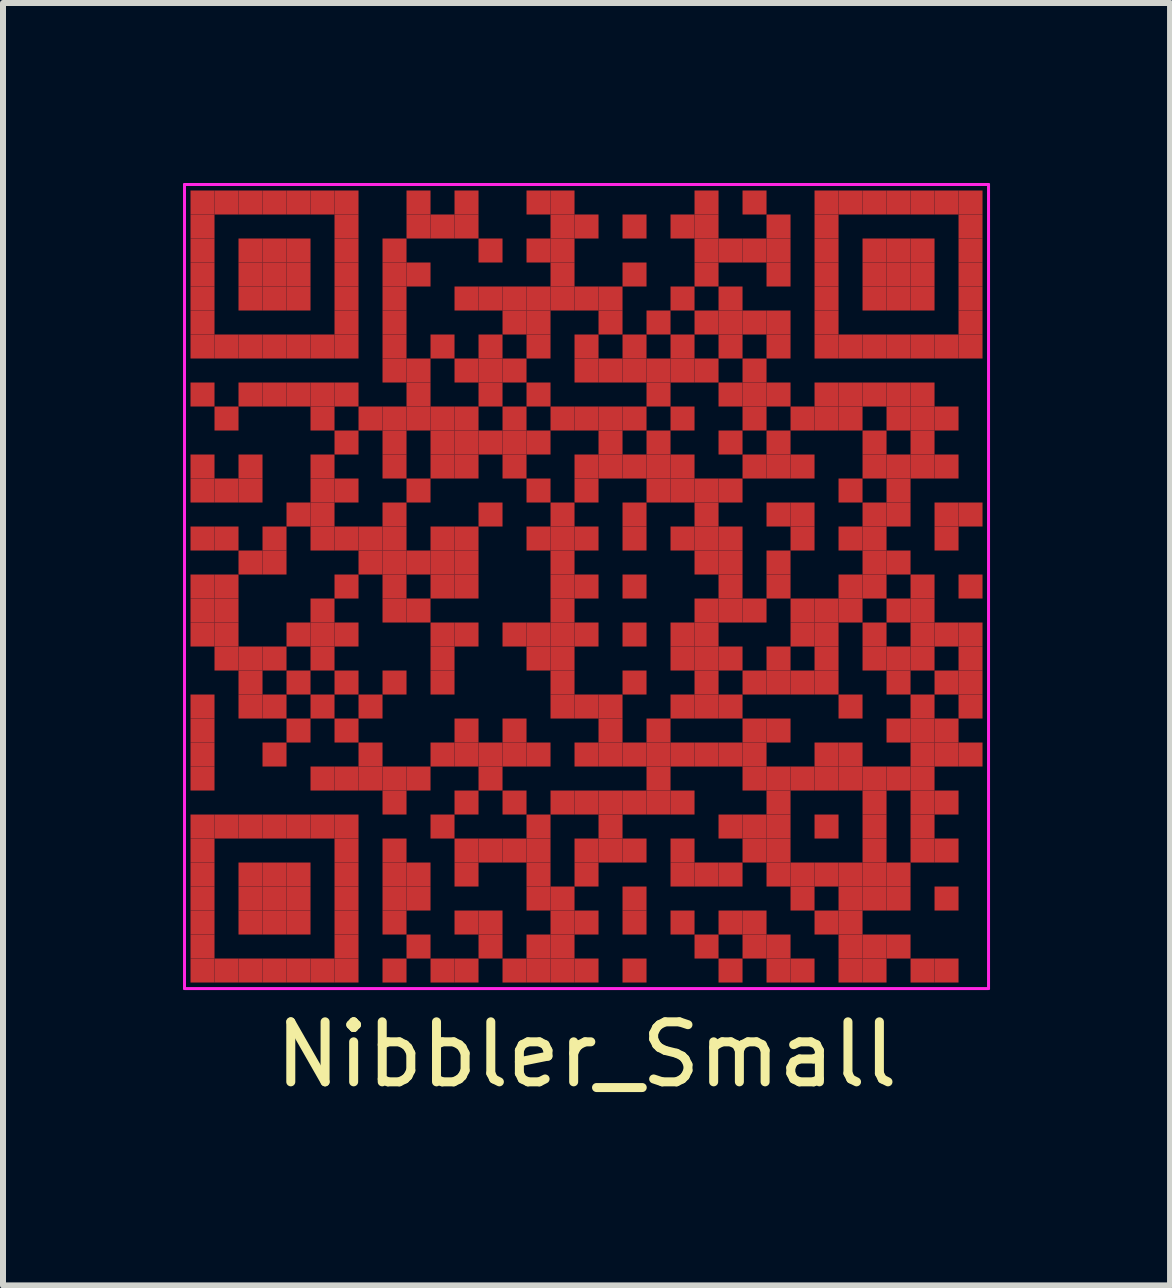
<source format=kicad_pcb>
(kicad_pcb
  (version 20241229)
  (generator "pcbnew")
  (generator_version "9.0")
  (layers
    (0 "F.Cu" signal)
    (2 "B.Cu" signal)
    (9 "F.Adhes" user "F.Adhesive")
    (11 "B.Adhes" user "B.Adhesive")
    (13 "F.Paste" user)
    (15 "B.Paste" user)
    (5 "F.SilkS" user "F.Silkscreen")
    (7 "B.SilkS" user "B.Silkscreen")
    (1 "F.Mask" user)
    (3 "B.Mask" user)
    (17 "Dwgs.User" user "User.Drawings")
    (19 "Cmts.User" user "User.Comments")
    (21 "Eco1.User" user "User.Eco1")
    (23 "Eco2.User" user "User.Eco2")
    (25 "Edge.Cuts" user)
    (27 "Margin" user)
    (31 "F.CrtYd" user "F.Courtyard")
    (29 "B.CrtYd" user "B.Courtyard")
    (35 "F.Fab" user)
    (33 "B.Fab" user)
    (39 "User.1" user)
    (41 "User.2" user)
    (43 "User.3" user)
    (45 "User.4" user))
  (footprint "Nibbler_Small"
    (layer "F.Cu")
    (at 6.725 6.725)
    (property "Reference" "Nibbler_Small" (at 0 7.8 0) (layer "F.SilkS") (effects (font (size 1 1) (thickness 0.15))))
    (attr through_hole)
    (fp_poly (pts (xy 6.65 6.65) (xy 6.65 -6.65) (xy -6.65 -6.65) (xy -6.65 6.65)) (stroke (width 0) (type solid)) (fill yes) (layer "F.Mask"))
    (fp_line (start -6.7 -6.7) (end 6.7 -6.7) (stroke (width 0.05) (type solid)) (layer "F.CrtYd"))
    (fp_line (start -6.7 6.7) (end -6.7 -6.7) (stroke (width 0.05) (type solid)) (layer "F.CrtYd"))
    (fp_line (start 6.7 -6.7) (end 6.7 6.7) (stroke (width 0.05) (type solid)) (layer "F.CrtYd"))
    (fp_line (start 6.7 6.7) (end -6.7 6.7) (stroke (width 0.05) (type solid)) (layer "F.CrtYd"))
    (pad "" smd rect (at -6.4 -6.4) (size 0.4 0.4) (layers "F.Cu"))
    (pad "" smd rect (at -6.4 -6) (size 0.4 0.4) (layers "F.Cu"))
    (pad "" smd rect (at -6.4 -5.6) (size 0.4 0.4) (layers "F.Cu"))
    (pad "" smd rect (at -6.4 -5.2) (size 0.4 0.4) (layers "F.Cu"))
    (pad "" smd rect (at -6.4 -4.8) (size 0.4 0.4) (layers "F.Cu"))
    (pad "" smd rect (at -6.4 -4.4) (size 0.4 0.4) (layers "F.Cu"))
    (pad "" smd rect (at -6.4 -4) (size 0.4 0.4) (layers "F.Cu"))
    (pad "" smd rect (at -6.4 -3.2) (size 0.4 0.4) (layers "F.Cu"))
    (pad "" smd rect (at -6.4 -2) (size 0.4 0.4) (layers "F.Cu"))
    (pad "" smd rect (at -6.4 -1.6) (size 0.4 0.4) (layers "F.Cu"))
    (pad "" smd rect (at -6.4 -0.8) (size 0.4 0.4) (layers "F.Cu"))
    (pad "" smd rect (at -6.4 0) (size 0.4 0.4) (layers "F.Cu"))
    (pad "" smd rect (at -6.4 0.4) (size 0.4 0.4) (layers "F.Cu"))
    (pad "" smd rect (at -6.4 0.8) (size 0.4 0.4) (layers "F.Cu"))
    (pad "" smd rect (at -6.4 2) (size 0.4 0.4) (layers "F.Cu"))
    (pad "" smd rect (at -6.4 2.4) (size 0.4 0.4) (layers "F.Cu"))
    (pad "" smd rect (at -6.4 2.8) (size 0.4 0.4) (layers "F.Cu"))
    (pad "" smd rect (at -6.4 3.2) (size 0.4 0.4) (layers "F.Cu"))
    (pad "" smd rect (at -6.4 4) (size 0.4 0.4) (layers "F.Cu"))
    (pad "" smd rect (at -6.4 4.4) (size 0.4 0.4) (layers "F.Cu"))
    (pad "" smd rect (at -6.4 4.8) (size 0.4 0.4) (layers "F.Cu"))
    (pad "" smd rect (at -6.4 5.2) (size 0.4 0.4) (layers "F.Cu"))
    (pad "" smd rect (at -6.4 5.6) (size 0.4 0.4) (layers "F.Cu"))
    (pad "" smd rect (at -6.4 6) (size 0.4 0.4) (layers "F.Cu"))
    (pad "" smd rect (at -6.4 6.4) (size 0.4 0.4) (layers "F.Cu"))
    (pad "" smd rect (at -6 -6.4) (size 0.4 0.4) (layers "F.Cu"))
    (pad "" smd rect (at -6 -4) (size 0.4 0.4) (layers "F.Cu"))
    (pad "" smd rect (at -6 -2.8) (size 0.4 0.4) (layers "F.Cu"))
    (pad "" smd rect (at -6 -1.6) (size 0.4 0.4) (layers "F.Cu"))
    (pad "" smd rect (at -6 -0.8) (size 0.4 0.4) (layers "F.Cu"))
    (pad "" smd rect (at -6 0) (size 0.4 0.4) (layers "F.Cu"))
    (pad "" smd rect (at -6 0.4) (size 0.4 0.4) (layers "F.Cu"))
    (pad "" smd rect (at -6 0.8) (size 0.4 0.4) (layers "F.Cu"))
    (pad "" smd rect (at -6 1.2) (size 0.4 0.4) (layers "F.Cu"))
    (pad "" smd rect (at -6 4) (size 0.4 0.4) (layers "F.Cu"))
    (pad "" smd rect (at -6 6.4) (size 0.4 0.4) (layers "F.Cu"))
    (pad "" smd rect (at -5.6 -6.4) (size 0.4 0.4) (layers "F.Cu"))
    (pad "" smd rect (at -5.6 -5.6) (size 0.4 0.4) (layers "F.Cu"))
    (pad "" smd rect (at -5.6 -5.2) (size 0.4 0.4) (layers "F.Cu"))
    (pad "" smd rect (at -5.6 -4.8) (size 0.4 0.4) (layers "F.Cu"))
    (pad "" smd rect (at -5.6 -4) (size 0.4 0.4) (layers "F.Cu"))
    (pad "" smd rect (at -5.6 -3.2) (size 0.4 0.4) (layers "F.Cu"))
    (pad "" smd rect (at -5.6 -2) (size 0.4 0.4) (layers "F.Cu"))
    (pad "" smd rect (at -5.6 -1.6) (size 0.4 0.4) (layers "F.Cu"))
    (pad "" smd rect (at -5.6 -0.4) (size 0.4 0.4) (layers "F.Cu"))
    (pad "" smd rect (at -5.6 1.2) (size 0.4 0.4) (layers "F.Cu"))
    (pad "" smd rect (at -5.6 1.6) (size 0.4 0.4) (layers "F.Cu"))
    (pad "" smd rect (at -5.6 2) (size 0.4 0.4) (layers "F.Cu"))
    (pad "" smd rect (at -5.6 4) (size 0.4 0.4) (layers "F.Cu"))
    (pad "" smd rect (at -5.6 4.8) (size 0.4 0.4) (layers "F.Cu"))
    (pad "" smd rect (at -5.6 5.2) (size 0.4 0.4) (layers "F.Cu"))
    (pad "" smd rect (at -5.6 5.6) (size 0.4 0.4) (layers "F.Cu"))
    (pad "" smd rect (at -5.6 6.4) (size 0.4 0.4) (layers "F.Cu"))
    (pad "" smd rect (at -5.2 -6.4) (size 0.4 0.4) (layers "F.Cu"))
    (pad "" smd rect (at -5.2 -5.6) (size 0.4 0.4) (layers "F.Cu"))
    (pad "" smd rect (at -5.2 -5.2) (size 0.4 0.4) (layers "F.Cu"))
    (pad "" smd rect (at -5.2 -4.8) (size 0.4 0.4) (layers "F.Cu"))
    (pad "" smd rect (at -5.2 -4) (size 0.4 0.4) (layers "F.Cu"))
    (pad "" smd rect (at -5.2 -3.2) (size 0.4 0.4) (layers "F.Cu"))
    (pad "" smd rect (at -5.2 -0.8) (size 0.4 0.4) (layers "F.Cu"))
    (pad "" smd rect (at -5.2 -0.4) (size 0.4 0.4) (layers "F.Cu"))
    (pad "" smd rect (at -5.2 1.2) (size 0.4 0.4) (layers "F.Cu"))
    (pad "" smd rect (at -5.2 2) (size 0.4 0.4) (layers "F.Cu"))
    (pad "" smd rect (at -5.2 2.8) (size 0.4 0.4) (layers "F.Cu"))
    (pad "" smd rect (at -5.2 4) (size 0.4 0.4) (layers "F.Cu"))
    (pad "" smd rect (at -5.2 4.8) (size 0.4 0.4) (layers "F.Cu"))
    (pad "" smd rect (at -5.2 5.2) (size 0.4 0.4) (layers "F.Cu"))
    (pad "" smd rect (at -5.2 5.6) (size 0.4 0.4) (layers "F.Cu"))
    (pad "" smd rect (at -5.2 6.4) (size 0.4 0.4) (layers "F.Cu"))
    (pad "" smd rect (at -4.8 -6.4) (size 0.4 0.4) (layers "F.Cu"))
    (pad "" smd rect (at -4.8 -5.6) (size 0.4 0.4) (layers "F.Cu"))
    (pad "" smd rect (at -4.8 -5.2) (size 0.4 0.4) (layers "F.Cu"))
    (pad "" smd rect (at -4.8 -4.8) (size 0.4 0.4) (layers "F.Cu"))
    (pad "" smd rect (at -4.8 -4) (size 0.4 0.4) (layers "F.Cu"))
    (pad "" smd rect (at -4.8 -3.2) (size 0.4 0.4) (layers "F.Cu"))
    (pad "" smd rect (at -4.8 -1.2) (size 0.4 0.4) (layers "F.Cu"))
    (pad "" smd rect (at -4.8 0.8) (size 0.4 0.4) (layers "F.Cu"))
    (pad "" smd rect (at -4.8 1.6) (size 0.4 0.4) (layers "F.Cu"))
    (pad "" smd rect (at -4.8 2.4) (size 0.4 0.4) (layers "F.Cu"))
    (pad "" smd rect (at -4.8 4) (size 0.4 0.4) (layers "F.Cu"))
    (pad "" smd rect (at -4.8 4.8) (size 0.4 0.4) (layers "F.Cu"))
    (pad "" smd rect (at -4.8 5.2) (size 0.4 0.4) (layers "F.Cu"))
    (pad "" smd rect (at -4.8 5.6) (size 0.4 0.4) (layers "F.Cu"))
    (pad "" smd rect (at -4.8 6.4) (size 0.4 0.4) (layers "F.Cu"))
    (pad "" smd rect (at -4.4 -6.4) (size 0.4 0.4) (layers "F.Cu"))
    (pad "" smd rect (at -4.4 -4) (size 0.4 0.4) (layers "F.Cu"))
    (pad "" smd rect (at -4.4 -3.2) (size 0.4 0.4) (layers "F.Cu"))
    (pad "" smd rect (at -4.4 -2.8) (size 0.4 0.4) (layers "F.Cu"))
    (pad "" smd rect (at -4.4 -2) (size 0.4 0.4) (layers "F.Cu"))
    (pad "" smd rect (at -4.4 -1.6) (size 0.4 0.4) (layers "F.Cu"))
    (pad "" smd rect (at -4.4 -1.2) (size 0.4 0.4) (layers "F.Cu"))
    (pad "" smd rect (at -4.4 -0.8) (size 0.4 0.4) (layers "F.Cu"))
    (pad "" smd rect (at -4.4 0.4) (size 0.4 0.4) (layers "F.Cu"))
    (pad "" smd rect (at -4.4 0.8) (size 0.4 0.4) (layers "F.Cu"))
    (pad "" smd rect (at -4.4 1.2) (size 0.4 0.4) (layers "F.Cu"))
    (pad "" smd rect (at -4.4 2) (size 0.4 0.4) (layers "F.Cu"))
    (pad "" smd rect (at -4.4 3.2) (size 0.4 0.4) (layers "F.Cu"))
    (pad "" smd rect (at -4.4 4) (size 0.4 0.4) (layers "F.Cu"))
    (pad "" smd rect (at -4.4 6.4) (size 0.4 0.4) (layers "F.Cu"))
    (pad "" smd rect (at -4 -6.4) (size 0.4 0.4) (layers "F.Cu"))
    (pad "" smd rect (at -4 -6) (size 0.4 0.4) (layers "F.Cu"))
    (pad "" smd rect (at -4 -5.6) (size 0.4 0.4) (layers "F.Cu"))
    (pad "" smd rect (at -4 -5.2) (size 0.4 0.4) (layers "F.Cu"))
    (pad "" smd rect (at -4 -4.8) (size 0.4 0.4) (layers "F.Cu"))
    (pad "" smd rect (at -4 -4.4) (size 0.4 0.4) (layers "F.Cu"))
    (pad "" smd rect (at -4 -4) (size 0.4 0.4) (layers "F.Cu"))
    (pad "" smd rect (at -4 -3.2) (size 0.4 0.4) (layers "F.Cu"))
    (pad "" smd rect (at -4 -2.4) (size 0.4 0.4) (layers "F.Cu"))
    (pad "" smd rect (at -4 -1.6) (size 0.4 0.4) (layers "F.Cu"))
    (pad "" smd rect (at -4 -0.8) (size 0.4 0.4) (layers "F.Cu"))
    (pad "" smd rect (at -4 0) (size 0.4 0.4) (layers "F.Cu"))
    (pad "" smd rect (at -4 0.8) (size 0.4 0.4) (layers "F.Cu"))
    (pad "" smd rect (at -4 1.6) (size 0.4 0.4) (layers "F.Cu"))
    (pad "" smd rect (at -4 2.4) (size 0.4 0.4) (layers "F.Cu"))
    (pad "" smd rect (at -4 3.2) (size 0.4 0.4) (layers "F.Cu"))
    (pad "" smd rect (at -4 4) (size 0.4 0.4) (layers "F.Cu"))
    (pad "" smd rect (at -4 4.4) (size 0.4 0.4) (layers "F.Cu"))
    (pad "" smd rect (at -4 4.8) (size 0.4 0.4) (layers "F.Cu"))
    (pad "" smd rect (at -4 5.2) (size 0.4 0.4) (layers "F.Cu"))
    (pad "" smd rect (at -4 5.6) (size 0.4 0.4) (layers "F.Cu"))
    (pad "" smd rect (at -4 6) (size 0.4 0.4) (layers "F.Cu"))
    (pad "" smd rect (at -4 6.4) (size 0.4 0.4) (layers "F.Cu"))
    (pad "" smd rect (at -3.6 -2.8) (size 0.4 0.4) (layers "F.Cu"))
    (pad "" smd rect (at -3.6 -0.8) (size 0.4 0.4) (layers "F.Cu"))
    (pad "" smd rect (at -3.6 -0.4) (size 0.4 0.4) (layers "F.Cu"))
    (pad "" smd rect (at -3.6 2) (size 0.4 0.4) (layers "F.Cu"))
    (pad "" smd rect (at -3.6 2.8) (size 0.4 0.4) (layers "F.Cu"))
    (pad "" smd rect (at -3.6 3.2) (size 0.4 0.4) (layers "F.Cu"))
    (pad "" smd rect (at -3.2 -5.6) (size 0.4 0.4) (layers "F.Cu"))
    (pad "" smd rect (at -3.2 -5.2) (size 0.4 0.4) (layers "F.Cu"))
    (pad "" smd rect (at -3.2 -4.8) (size 0.4 0.4) (layers "F.Cu"))
    (pad "" smd rect (at -3.2 -4.4) (size 0.4 0.4) (layers "F.Cu"))
    (pad "" smd rect (at -3.2 -4) (size 0.4 0.4) (layers "F.Cu"))
    (pad "" smd rect (at -3.2 -3.6) (size 0.4 0.4) (layers "F.Cu"))
    (pad "" smd rect (at -3.2 -2.8) (size 0.4 0.4) (layers "F.Cu"))
    (pad "" smd rect (at -3.2 -2.4) (size 0.4 0.4) (layers "F.Cu"))
    (pad "" smd rect (at -3.2 -2) (size 0.4 0.4) (layers "F.Cu"))
    (pad "" smd rect (at -3.2 -1.2) (size 0.4 0.4) (layers "F.Cu"))
    (pad "" smd rect (at -3.2 -0.8) (size 0.4 0.4) (layers "F.Cu"))
    (pad "" smd rect (at -3.2 -0.4) (size 0.4 0.4) (layers "F.Cu"))
    (pad "" smd rect (at -3.2 0) (size 0.4 0.4) (layers "F.Cu"))
    (pad "" smd rect (at -3.2 0.4) (size 0.4 0.4) (layers "F.Cu"))
    (pad "" smd rect (at -3.2 1.6) (size 0.4 0.4) (layers "F.Cu"))
    (pad "" smd rect (at -3.2 3.2) (size 0.4 0.4) (layers "F.Cu"))
    (pad "" smd rect (at -3.2 3.6) (size 0.4 0.4) (layers "F.Cu"))
    (pad "" smd rect (at -3.2 4.4) (size 0.4 0.4) (layers "F.Cu"))
    (pad "" smd rect (at -3.2 4.8) (size 0.4 0.4) (layers "F.Cu"))
    (pad "" smd rect (at -3.2 5.2) (size 0.4 0.4) (layers "F.Cu"))
    (pad "" smd rect (at -3.2 5.6) (size 0.4 0.4) (layers "F.Cu"))
    (pad "" smd rect (at -3.2 6.4) (size 0.4 0.4) (layers "F.Cu"))
    (pad "" smd rect (at -2.8 -6.4) (size 0.4 0.4) (layers "F.Cu"))
    (pad "" smd rect (at -2.8 -6) (size 0.4 0.4) (layers "F.Cu"))
    (pad "" smd rect (at -2.8 -5.2) (size 0.4 0.4) (layers "F.Cu"))
    (pad "" smd rect (at -2.8 -3.6) (size 0.4 0.4) (layers "F.Cu"))
    (pad "" smd rect (at -2.8 -3.2) (size 0.4 0.4) (layers "F.Cu"))
    (pad "" smd rect (at -2.8 -2.8) (size 0.4 0.4) (layers "F.Cu"))
    (pad "" smd rect (at -2.8 -1.6) (size 0.4 0.4) (layers "F.Cu"))
    (pad "" smd rect (at -2.8 -0.4) (size 0.4 0.4) (layers "F.Cu"))
    (pad "" smd rect (at -2.8 0.4) (size 0.4 0.4) (layers "F.Cu"))
    (pad "" smd rect (at -2.8 3.2) (size 0.4 0.4) (layers "F.Cu"))
    (pad "" smd rect (at -2.8 4.8) (size 0.4 0.4) (layers "F.Cu"))
    (pad "" smd rect (at -2.8 5.2) (size 0.4 0.4) (layers "F.Cu"))
    (pad "" smd rect (at -2.8 6) (size 0.4 0.4) (layers "F.Cu"))
    (pad "" smd rect (at -2.4 -6) (size 0.4 0.4) (layers "F.Cu"))
    (pad "" smd rect (at -2.4 -4) (size 0.4 0.4) (layers "F.Cu"))
    (pad "" smd rect (at -2.4 -2.8) (size 0.4 0.4) (layers "F.Cu"))
    (pad "" smd rect (at -2.4 -2.4) (size 0.4 0.4) (layers "F.Cu"))
    (pad "" smd rect (at -2.4 -2) (size 0.4 0.4) (layers "F.Cu"))
    (pad "" smd rect (at -2.4 -0.8) (size 0.4 0.4) (layers "F.Cu"))
    (pad "" smd rect (at -2.4 -0.4) (size 0.4 0.4) (layers "F.Cu"))
    (pad "" smd rect (at -2.4 0) (size 0.4 0.4) (layers "F.Cu"))
    (pad "" smd rect (at -2.4 0.8) (size 0.4 0.4) (layers "F.Cu"))
    (pad "" smd rect (at -2.4 1.2) (size 0.4 0.4) (layers "F.Cu"))
    (pad "" smd rect (at -2.4 1.6) (size 0.4 0.4) (layers "F.Cu"))
    (pad "" smd rect (at -2.4 2.8) (size 0.4 0.4) (layers "F.Cu"))
    (pad "" smd rect (at -2.4 4) (size 0.4 0.4) (layers "F.Cu"))
    (pad "" smd rect (at -2.4 6.4) (size 0.4 0.4) (layers "F.Cu"))
    (pad "" smd rect (at -2 -6.4) (size 0.4 0.4) (layers "F.Cu"))
    (pad "" smd rect (at -2 -6) (size 0.4 0.4) (layers "F.Cu"))
    (pad "" smd rect (at -2 -4.8) (size 0.4 0.4) (layers "F.Cu"))
    (pad "" smd rect (at -2 -3.6) (size 0.4 0.4) (layers "F.Cu"))
    (pad "" smd rect (at -2 -2.8) (size 0.4 0.4) (layers "F.Cu"))
    (pad "" smd rect (at -2 -2.4) (size 0.4 0.4) (layers "F.Cu"))
    (pad "" smd rect (at -2 -2) (size 0.4 0.4) (layers "F.Cu"))
    (pad "" smd rect (at -2 -0.8) (size 0.4 0.4) (layers "F.Cu"))
    (pad "" smd rect (at -2 -0.4) (size 0.4 0.4) (layers "F.Cu"))
    (pad "" smd rect (at -2 0) (size 0.4 0.4) (layers "F.Cu"))
    (pad "" smd rect (at -2 0.8) (size 0.4 0.4) (layers "F.Cu"))
    (pad "" smd rect (at -2 2.4) (size 0.4 0.4) (layers "F.Cu"))
    (pad "" smd rect (at -2 2.8) (size 0.4 0.4) (layers "F.Cu"))
    (pad "" smd rect (at -2 3.6) (size 0.4 0.4) (layers "F.Cu"))
    (pad "" smd rect (at -2 4.4) (size 0.4 0.4) (layers "F.Cu"))
    (pad "" smd rect (at -2 4.8) (size 0.4 0.4) (layers "F.Cu"))
    (pad "" smd rect (at -2 5.6) (size 0.4 0.4) (layers "F.Cu"))
    (pad "" smd rect (at -2 6.4) (size 0.4 0.4) (layers "F.Cu"))
    (pad "" smd rect (at -1.6 -5.6) (size 0.4 0.4) (layers "F.Cu"))
    (pad "" smd rect (at -1.6 -4.8) (size 0.4 0.4) (layers "F.Cu"))
    (pad "" smd rect (at -1.6 -4) (size 0.4 0.4) (layers "F.Cu"))
    (pad "" smd rect (at -1.6 -3.6) (size 0.4 0.4) (layers "F.Cu"))
    (pad "" smd rect (at -1.6 -3.2) (size 0.4 0.4) (layers "F.Cu"))
    (pad "" smd rect (at -1.6 -2.4) (size 0.4 0.4) (layers "F.Cu"))
    (pad "" smd rect (at -1.6 -1.2) (size 0.4 0.4) (layers "F.Cu"))
    (pad "" smd rect (at -1.6 2.8) (size 0.4 0.4) (layers "F.Cu"))
    (pad "" smd rect (at -1.6 3.2) (size 0.4 0.4) (layers "F.Cu"))
    (pad "" smd rect (at -1.6 4.4) (size 0.4 0.4) (layers "F.Cu"))
    (pad "" smd rect (at -1.6 5.6) (size 0.4 0.4) (layers "F.Cu"))
    (pad "" smd rect (at -1.6 6) (size 0.4 0.4) (layers "F.Cu"))
    (pad "" smd rect (at -1.2 -4.8) (size 0.4 0.4) (layers "F.Cu"))
    (pad "" smd rect (at -1.2 -4.4) (size 0.4 0.4) (layers "F.Cu"))
    (pad "" smd rect (at -1.2 -3.6) (size 0.4 0.4) (layers "F.Cu"))
    (pad "" smd rect (at -1.2 -2.8) (size 0.4 0.4) (layers "F.Cu"))
    (pad "" smd rect (at -1.2 -2.4) (size 0.4 0.4) (layers "F.Cu"))
    (pad "" smd rect (at -1.2 -2) (size 0.4 0.4) (layers "F.Cu"))
    (pad "" smd rect (at -1.2 0.8) (size 0.4 0.4) (layers "F.Cu"))
    (pad "" smd rect (at -1.2 2.4) (size 0.4 0.4) (layers "F.Cu"))
    (pad "" smd rect (at -1.2 2.8) (size 0.4 0.4) (layers "F.Cu"))
    (pad "" smd rect (at -1.2 3.6) (size 0.4 0.4) (layers "F.Cu"))
    (pad "" smd rect (at -1.2 4.4) (size 0.4 0.4) (layers "F.Cu"))
    (pad "" smd rect (at -1.2 6.4) (size 0.4 0.4) (layers "F.Cu"))
    (pad "" smd rect (at -0.8 -6.4) (size 0.4 0.4) (layers "F.Cu"))
    (pad "" smd rect (at -0.8 -5.6) (size 0.4 0.4) (layers "F.Cu"))
    (pad "" smd rect (at -0.8 -4.8) (size 0.4 0.4) (layers "F.Cu"))
    (pad "" smd rect (at -0.8 -4.4) (size 0.4 0.4) (layers "F.Cu"))
    (pad "" smd rect (at -0.8 -4) (size 0.4 0.4) (layers "F.Cu"))
    (pad "" smd rect (at -0.8 -3.2) (size 0.4 0.4) (layers "F.Cu"))
    (pad "" smd rect (at -0.8 -2.4) (size 0.4 0.4) (layers "F.Cu"))
    (pad "" smd rect (at -0.8 -1.6) (size 0.4 0.4) (layers "F.Cu"))
    (pad "" smd rect (at -0.8 -0.8) (size 0.4 0.4) (layers "F.Cu"))
    (pad "" smd rect (at -0.8 0.8) (size 0.4 0.4) (layers "F.Cu"))
    (pad "" smd rect (at -0.8 1.2) (size 0.4 0.4) (layers "F.Cu"))
    (pad "" smd rect (at -0.8 2.8) (size 0.4 0.4) (layers "F.Cu"))
    (pad "" smd rect (at -0.8 4) (size 0.4 0.4) (layers "F.Cu"))
    (pad "" smd rect (at -0.8 4.4) (size 0.4 0.4) (layers "F.Cu"))
    (pad "" smd rect (at -0.8 4.8) (size 0.4 0.4) (layers "F.Cu"))
    (pad "" smd rect (at -0.8 5.2) (size 0.4 0.4) (layers "F.Cu"))
    (pad "" smd rect (at -0.8 6) (size 0.4 0.4) (layers "F.Cu"))
    (pad "" smd rect (at -0.8 6.4) (size 0.4 0.4) (layers "F.Cu"))
    (pad "" smd rect (at -0.4 -6.4) (size 0.4 0.4) (layers "F.Cu"))
    (pad "" smd rect (at -0.4 -6) (size 0.4 0.4) (layers "F.Cu"))
    (pad "" smd rect (at -0.4 -5.6) (size 0.4 0.4) (layers "F.Cu"))
    (pad "" smd rect (at -0.4 -5.2) (size 0.4 0.4) (layers "F.Cu"))
    (pad "" smd rect (at -0.4 -4.8) (size 0.4 0.4) (layers "F.Cu"))
    (pad "" smd rect (at -0.4 -2.8) (size 0.4 0.4) (layers "F.Cu"))
    (pad "" smd rect (at -0.4 -1.2) (size 0.4 0.4) (layers "F.Cu"))
    (pad "" smd rect (at -0.4 -0.8) (size 0.4 0.4) (layers "F.Cu"))
    (pad "" smd rect (at -0.4 -0.4) (size 0.4 0.4) (layers "F.Cu"))
    (pad "" smd rect (at -0.4 0) (size 0.4 0.4) (layers "F.Cu"))
    (pad "" smd rect (at -0.4 0.4) (size 0.4 0.4) (layers "F.Cu"))
    (pad "" smd rect (at -0.4 0.8) (size 0.4 0.4) (layers "F.Cu"))
    (pad "" smd rect (at -0.4 1.2) (size 0.4 0.4) (layers "F.Cu"))
    (pad "" smd rect (at -0.4 1.6) (size 0.4 0.4) (layers "F.Cu"))
    (pad "" smd rect (at -0.4 2) (size 0.4 0.4) (layers "F.Cu"))
    (pad "" smd rect (at -0.4 3.6) (size 0.4 0.4) (layers "F.Cu"))
    (pad "" smd rect (at -0.4 5.2) (size 0.4 0.4) (layers "F.Cu"))
    (pad "" smd rect (at -0.4 5.6) (size 0.4 0.4) (layers "F.Cu"))
    (pad "" smd rect (at -0.4 6) (size 0.4 0.4) (layers "F.Cu"))
    (pad "" smd rect (at -0.4 6.4) (size 0.4 0.4) (layers "F.Cu"))
    (pad "" smd rect (at 0 -6) (size 0.4 0.4) (layers "F.Cu"))
    (pad "" smd rect (at 0 -4.8) (size 0.4 0.4) (layers "F.Cu"))
    (pad "" smd rect (at 0 -4) (size 0.4 0.4) (layers "F.Cu"))
    (pad "" smd rect (at 0 -3.6) (size 0.4 0.4) (layers "F.Cu"))
    (pad "" smd rect (at 0 -2.8) (size 0.4 0.4) (layers "F.Cu"))
    (pad "" smd rect (at 0 -2) (size 0.4 0.4) (layers "F.Cu"))
    (pad "" smd rect (at 0 -1.6) (size 0.4 0.4) (layers "F.Cu"))
    (pad "" smd rect (at 0 -0.8) (size 0.4 0.4) (layers "F.Cu"))
    (pad "" smd rect (at 0 0) (size 0.4 0.4) (layers "F.Cu"))
    (pad "" smd rect (at 0 0.8) (size 0.4 0.4) (layers "F.Cu"))
    (pad "" smd rect (at 0 2) (size 0.4 0.4) (layers "F.Cu"))
    (pad "" smd rect (at 0 2.8) (size 0.4 0.4) (layers "F.Cu"))
    (pad "" smd rect (at 0 3.6) (size 0.4 0.4) (layers "F.Cu"))
    (pad "" smd rect (at 0 4.4) (size 0.4 0.4) (layers "F.Cu"))
    (pad "" smd rect (at 0 4.8) (size 0.4 0.4) (layers "F.Cu"))
    (pad "" smd rect (at 0 5.6) (size 0.4 0.4) (layers "F.Cu"))
    (pad "" smd rect (at 0 6.4) (size 0.4 0.4) (layers "F.Cu"))
    (pad "" smd rect (at 0.4 -4.8) (size 0.4 0.4) (layers "F.Cu"))
    (pad "" smd rect (at 0.4 -4.4) (size 0.4 0.4) (layers "F.Cu"))
    (pad "" smd rect (at 0.4 -3.6) (size 0.4 0.4) (layers "F.Cu"))
    (pad "" smd rect (at 0.4 -2.8) (size 0.4 0.4) (layers "F.Cu"))
    (pad "" smd rect (at 0.4 -2.4) (size 0.4 0.4) (layers "F.Cu"))
    (pad "" smd rect (at 0.4 -2) (size 0.4 0.4) (layers "F.Cu"))
    (pad "" smd rect (at 0.4 2) (size 0.4 0.4) (layers "F.Cu"))
    (pad "" smd rect (at 0.4 2.4) (size 0.4 0.4) (layers "F.Cu"))
    (pad "" smd rect (at 0.4 2.8) (size 0.4 0.4) (layers "F.Cu"))
    (pad "" smd rect (at 0.4 3.6) (size 0.4 0.4) (layers "F.Cu"))
    (pad "" smd rect (at 0.4 4) (size 0.4 0.4) (layers "F.Cu"))
    (pad "" smd rect (at 0.4 4.4) (size 0.4 0.4) (layers "F.Cu"))
    (pad "" smd rect (at 0.8 -6) (size 0.4 0.4) (layers "F.Cu"))
    (pad "" smd rect (at 0.8 -5.2) (size 0.4 0.4) (layers "F.Cu"))
    (pad "" smd rect (at 0.8 -4) (size 0.4 0.4) (layers "F.Cu"))
    (pad "" smd rect (at 0.8 -3.6) (size 0.4 0.4) (layers "F.Cu"))
    (pad "" smd rect (at 0.8 -2.8) (size 0.4 0.4) (layers "F.Cu"))
    (pad "" smd rect (at 0.8 -2) (size 0.4 0.4) (layers "F.Cu"))
    (pad "" smd rect (at 0.8 -1.2) (size 0.4 0.4) (layers "F.Cu"))
    (pad "" smd rect (at 0.8 -0.8) (size 0.4 0.4) (layers "F.Cu"))
    (pad "" smd rect (at 0.8 0) (size 0.4 0.4) (layers "F.Cu"))
    (pad "" smd rect (at 0.8 0.8) (size 0.4 0.4) (layers "F.Cu"))
    (pad "" smd rect (at 0.8 1.6) (size 0.4 0.4) (layers "F.Cu"))
    (pad "" smd rect (at 0.8 2.8) (size 0.4 0.4) (layers "F.Cu"))
    (pad "" smd rect (at 0.8 3.6) (size 0.4 0.4) (layers "F.Cu"))
    (pad "" smd rect (at 0.8 4.4) (size 0.4 0.4) (layers "F.Cu"))
    (pad "" smd rect (at 0.8 5.2) (size 0.4 0.4) (layers "F.Cu"))
    (pad "" smd rect (at 0.8 5.6) (size 0.4 0.4) (layers "F.Cu"))
    (pad "" smd rect (at 0.8 6.4) (size 0.4 0.4) (layers "F.Cu"))
    (pad "" smd rect (at 1.2 -4.4) (size 0.4 0.4) (layers "F.Cu"))
    (pad "" smd rect (at 1.2 -3.6) (size 0.4 0.4) (layers "F.Cu"))
    (pad "" smd rect (at 1.2 -3.2) (size 0.4 0.4) (layers "F.Cu"))
    (pad "" smd rect (at 1.2 -2.4) (size 0.4 0.4) (layers "F.Cu"))
    (pad "" smd rect (at 1.2 -2) (size 0.4 0.4) (layers "F.Cu"))
    (pad "" smd rect (at 1.2 -1.6) (size 0.4 0.4) (layers "F.Cu"))
    (pad "" smd rect (at 1.2 2.4) (size 0.4 0.4) (layers "F.Cu"))
    (pad "" smd rect (at 1.2 2.8) (size 0.4 0.4) (layers "F.Cu"))
    (pad "" smd rect (at 1.2 3.2) (size 0.4 0.4) (layers "F.Cu"))
    (pad "" smd rect (at 1.2 3.6) (size 0.4 0.4) (layers "F.Cu"))
    (pad "" smd rect (at 1.6 -6) (size 0.4 0.4) (layers "F.Cu"))
    (pad "" smd rect (at 1.6 -4.8) (size 0.4 0.4) (layers "F.Cu"))
    (pad "" smd rect (at 1.6 -4) (size 0.4 0.4) (layers "F.Cu"))
    (pad "" smd rect (at 1.6 -3.6) (size 0.4 0.4) (layers "F.Cu"))
    (pad "" smd rect (at 1.6 -2.8) (size 0.4 0.4) (layers "F.Cu"))
    (pad "" smd rect (at 1.6 -2) (size 0.4 0.4) (layers "F.Cu"))
    (pad "" smd rect (at 1.6 -1.6) (size 0.4 0.4) (layers "F.Cu"))
    (pad "" smd rect (at 1.6 -0.8) (size 0.4 0.4) (layers "F.Cu"))
    (pad "" smd rect (at 1.6 0.8) (size 0.4 0.4) (layers "F.Cu"))
    (pad "" smd rect (at 1.6 1.2) (size 0.4 0.4) (layers "F.Cu"))
    (pad "" smd rect (at 1.6 2) (size 0.4 0.4) (layers "F.Cu"))
    (pad "" smd rect (at 1.6 2.8) (size 0.4 0.4) (layers "F.Cu"))
    (pad "" smd rect (at 1.6 3.6) (size 0.4 0.4) (layers "F.Cu"))
    (pad "" smd rect (at 1.6 4.4) (size 0.4 0.4) (layers "F.Cu"))
    (pad "" smd rect (at 1.6 4.8) (size 0.4 0.4) (layers "F.Cu"))
    (pad "" smd rect (at 1.6 5.6) (size 0.4 0.4) (layers "F.Cu"))
    (pad "" smd rect (at 2 -6.4) (size 0.4 0.4) (layers "F.Cu"))
    (pad "" smd rect (at 2 -6) (size 0.4 0.4) (layers "F.Cu"))
    (pad "" smd rect (at 2 -5.6) (size 0.4 0.4) (layers "F.Cu"))
    (pad "" smd rect (at 2 -5.2) (size 0.4 0.4) (layers "F.Cu"))
    (pad "" smd rect (at 2 -4.4) (size 0.4 0.4) (layers "F.Cu"))
    (pad "" smd rect (at 2 -3.6) (size 0.4 0.4) (layers "F.Cu"))
    (pad "" smd rect (at 2 -1.6) (size 0.4 0.4) (layers "F.Cu"))
    (pad "" smd rect (at 2 -1.2) (size 0.4 0.4) (layers "F.Cu"))
    (pad "" smd rect (at 2 -0.8) (size 0.4 0.4) (layers "F.Cu"))
    (pad "" smd rect (at 2 -0.4) (size 0.4 0.4) (layers "F.Cu"))
    (pad "" smd rect (at 2 0.4) (size 0.4 0.4) (layers "F.Cu"))
    (pad "" smd rect (at 2 0.8) (size 0.4 0.4) (layers "F.Cu"))
    (pad "" smd rect (at 2 1.2) (size 0.4 0.4) (layers "F.Cu"))
    (pad "" smd rect (at 2 1.6) (size 0.4 0.4) (layers "F.Cu"))
    (pad "" smd rect (at 2 2) (size 0.4 0.4) (layers "F.Cu"))
    (pad "" smd rect (at 2 2.8) (size 0.4 0.4) (layers "F.Cu"))
    (pad "" smd rect (at 2 4.8) (size 0.4 0.4) (layers "F.Cu"))
    (pad "" smd rect (at 2 6) (size 0.4 0.4) (layers "F.Cu"))
    (pad "" smd rect (at 2.4 -5.6) (size 0.4 0.4) (layers "F.Cu"))
    (pad "" smd rect (at 2.4 -4.8) (size 0.4 0.4) (layers "F.Cu"))
    (pad "" smd rect (at 2.4 -4.4) (size 0.4 0.4) (layers "F.Cu"))
    (pad "" smd rect (at 2.4 -4) (size 0.4 0.4) (layers "F.Cu"))
    (pad "" smd rect (at 2.4 -3.2) (size 0.4 0.4) (layers "F.Cu"))
    (pad "" smd rect (at 2.4 -2.4) (size 0.4 0.4) (layers "F.Cu"))
    (pad "" smd rect (at 2.4 -1.6) (size 0.4 0.4) (layers "F.Cu"))
    (pad "" smd rect (at 2.4 -0.8) (size 0.4 0.4) (layers "F.Cu"))
    (pad "" smd rect (at 2.4 -0.4) (size 0.4 0.4) (layers "F.Cu"))
    (pad "" smd rect (at 2.4 0) (size 0.4 0.4) (layers "F.Cu"))
    (pad "" smd rect (at 2.4 0.4) (size 0.4 0.4) (layers "F.Cu"))
    (pad "" smd rect (at 2.4 1.2) (size 0.4 0.4) (layers "F.Cu"))
    (pad "" smd rect (at 2.4 2) (size 0.4 0.4) (layers "F.Cu"))
    (pad "" smd rect (at 2.4 2.8) (size 0.4 0.4) (layers "F.Cu"))
    (pad "" smd rect (at 2.4 4) (size 0.4 0.4) (layers "F.Cu"))
    (pad "" smd rect (at 2.4 4.8) (size 0.4 0.4) (layers "F.Cu"))
    (pad "" smd rect (at 2.4 5.6) (size 0.4 0.4) (layers "F.Cu"))
    (pad "" smd rect (at 2.4 6.4) (size 0.4 0.4) (layers "F.Cu"))
    (pad "" smd rect (at 2.8 -6.4) (size 0.4 0.4) (layers "F.Cu"))
    (pad "" smd rect (at 2.8 -5.6) (size 0.4 0.4) (layers "F.Cu"))
    (pad "" smd rect (at 2.8 -4.4) (size 0.4 0.4) (layers "F.Cu"))
    (pad "" smd rect (at 2.8 -3.6) (size 0.4 0.4) (layers "F.Cu"))
    (pad "" smd rect (at 2.8 -3.2) (size 0.4 0.4) (layers "F.Cu"))
    (pad "" smd rect (at 2.8 -2.8) (size 0.4 0.4) (layers "F.Cu"))
    (pad "" smd rect (at 2.8 -2) (size 0.4 0.4) (layers "F.Cu"))
    (pad "" smd rect (at 2.8 0.4) (size 0.4 0.4) (layers "F.Cu"))
    (pad "" smd rect (at 2.8 1.6) (size 0.4 0.4) (layers "F.Cu"))
    (pad "" smd rect (at 2.8 2.4) (size 0.4 0.4) (layers "F.Cu"))
    (pad "" smd rect (at 2.8 2.8) (size 0.4 0.4) (layers "F.Cu"))
    (pad "" smd rect (at 2.8 3.2) (size 0.4 0.4) (layers "F.Cu"))
    (pad "" smd rect (at 2.8 4) (size 0.4 0.4) (layers "F.Cu"))
    (pad "" smd rect (at 2.8 4.4) (size 0.4 0.4) (layers "F.Cu"))
    (pad "" smd rect (at 2.8 5.6) (size 0.4 0.4) (layers "F.Cu"))
    (pad "" smd rect (at 2.8 6) (size 0.4 0.4) (layers "F.Cu"))
    (pad "" smd rect (at 3.2 -6) (size 0.4 0.4) (layers "F.Cu"))
    (pad "" smd rect (at 3.2 -5.6) (size 0.4 0.4) (layers "F.Cu"))
    (pad "" smd rect (at 3.2 -5.2) (size 0.4 0.4) (layers "F.Cu"))
    (pad "" smd rect (at 3.2 -4.4) (size 0.4 0.4) (layers "F.Cu"))
    (pad "" smd rect (at 3.2 -4) (size 0.4 0.4) (layers "F.Cu"))
    (pad "" smd rect (at 3.2 -3.2) (size 0.4 0.4) (layers "F.Cu"))
    (pad "" smd rect (at 3.2 -2.4) (size 0.4 0.4) (layers "F.Cu"))
    (pad "" smd rect (at 3.2 -2) (size 0.4 0.4) (layers "F.Cu"))
    (pad "" smd rect (at 3.2 -1.2) (size 0.4 0.4) (layers "F.Cu"))
    (pad "" smd rect (at 3.2 -0.4) (size 0.4 0.4) (layers "F.Cu"))
    (pad "" smd rect (at 3.2 0) (size 0.4 0.4) (layers "F.Cu"))
    (pad "" smd rect (at 3.2 1.2) (size 0.4 0.4) (layers "F.Cu"))
    (pad "" smd rect (at 3.2 1.6) (size 0.4 0.4) (layers "F.Cu"))
    (pad "" smd rect (at 3.2 2.4) (size 0.4 0.4) (layers "F.Cu"))
    (pad "" smd rect (at 3.2 3.2) (size 0.4 0.4) (layers "F.Cu"))
    (pad "" smd rect (at 3.2 3.6) (size 0.4 0.4) (layers "F.Cu"))
    (pad "" smd rect (at 3.2 4) (size 0.4 0.4) (layers "F.Cu"))
    (pad "" smd rect (at 3.2 4.4) (size 0.4 0.4) (layers "F.Cu"))
    (pad "" smd rect (at 3.2 4.8) (size 0.4 0.4) (layers "F.Cu"))
    (pad "" smd rect (at 3.2 6) (size 0.4 0.4) (layers "F.Cu"))
    (pad "" smd rect (at 3.2 6.4) (size 0.4 0.4) (layers "F.Cu"))
    (pad "" smd rect (at 3.6 -2.8) (size 0.4 0.4) (layers "F.Cu"))
    (pad "" smd rect (at 3.6 -2) (size 0.4 0.4) (layers "F.Cu"))
    (pad "" smd rect (at 3.6 -1.2) (size 0.4 0.4) (layers "F.Cu"))
    (pad "" smd rect (at 3.6 -0.8) (size 0.4 0.4) (layers "F.Cu"))
    (pad "" smd rect (at 3.6 0.4) (size 0.4 0.4) (layers "F.Cu"))
    (pad "" smd rect (at 3.6 0.8) (size 0.4 0.4) (layers "F.Cu"))
    (pad "" smd rect (at 3.6 1.6) (size 0.4 0.4) (layers "F.Cu"))
    (pad "" smd rect (at 3.6 3.2) (size 0.4 0.4) (layers "F.Cu"))
    (pad "" smd rect (at 3.6 4.8) (size 0.4 0.4) (layers "F.Cu"))
    (pad "" smd rect (at 3.6 5.2) (size 0.4 0.4) (layers "F.Cu"))
    (pad "" smd rect (at 3.6 6.4) (size 0.4 0.4) (layers "F.Cu"))
    (pad "" smd rect (at 4 -6.4) (size 0.4 0.4) (layers "F.Cu"))
    (pad "" smd rect (at 4 -6) (size 0.4 0.4) (layers "F.Cu"))
    (pad "" smd rect (at 4 -5.6) (size 0.4 0.4) (layers "F.Cu"))
    (pad "" smd rect (at 4 -5.2) (size 0.4 0.4) (layers "F.Cu"))
    (pad "" smd rect (at 4 -4.8) (size 0.4 0.4) (layers "F.Cu"))
    (pad "" smd rect (at 4 -4.4) (size 0.4 0.4) (layers "F.Cu"))
    (pad "" smd rect (at 4 -4) (size 0.4 0.4) (layers "F.Cu"))
    (pad "" smd rect (at 4 -3.2) (size 0.4 0.4) (layers "F.Cu"))
    (pad "" smd rect (at 4 -2.8) (size 0.4 0.4) (layers "F.Cu"))
    (pad "" smd rect (at 4 0.4) (size 0.4 0.4) (layers "F.Cu"))
    (pad "" smd rect (at 4 0.8) (size 0.4 0.4) (layers "F.Cu"))
    (pad "" smd rect (at 4 1.2) (size 0.4 0.4) (layers "F.Cu"))
    (pad "" smd rect (at 4 1.6) (size 0.4 0.4) (layers "F.Cu"))
    (pad "" smd rect (at 4 2.8) (size 0.4 0.4) (layers "F.Cu"))
    (pad "" smd rect (at 4 3.2) (size 0.4 0.4) (layers "F.Cu"))
    (pad "" smd rect (at 4 4) (size 0.4 0.4) (layers "F.Cu"))
    (pad "" smd rect (at 4 4.8) (size 0.4 0.4) (layers "F.Cu"))
    (pad "" smd rect (at 4 5.6) (size 0.4 0.4) (layers "F.Cu"))
    (pad "" smd rect (at 4.4 -6.4) (size 0.4 0.4) (layers "F.Cu"))
    (pad "" smd rect (at 4.4 -4) (size 0.4 0.4) (layers "F.Cu"))
    (pad "" smd rect (at 4.4 -3.2) (size 0.4 0.4) (layers "F.Cu"))
    (pad "" smd rect (at 4.4 -2.8) (size 0.4 0.4) (layers "F.Cu"))
    (pad "" smd rect (at 4.4 -1.6) (size 0.4 0.4) (layers "F.Cu"))
    (pad "" smd rect (at 4.4 -0.8) (size 0.4 0.4) (layers "F.Cu"))
    (pad "" smd rect (at 4.4 0) (size 0.4 0.4) (layers "F.Cu"))
    (pad "" smd rect (at 4.4 0.4) (size 0.4 0.4) (layers "F.Cu"))
    (pad "" smd rect (at 4.4 2) (size 0.4 0.4) (layers "F.Cu"))
    (pad "" smd rect (at 4.4 2.8) (size 0.4 0.4) (layers "F.Cu"))
    (pad "" smd rect (at 4.4 3.2) (size 0.4 0.4) (layers "F.Cu"))
    (pad "" smd rect (at 4.4 4.8) (size 0.4 0.4) (layers "F.Cu"))
    (pad "" smd rect (at 4.4 5.2) (size 0.4 0.4) (layers "F.Cu"))
    (pad "" smd rect (at 4.4 5.6) (size 0.4 0.4) (layers "F.Cu"))
    (pad "" smd rect (at 4.4 6) (size 0.4 0.4) (layers "F.Cu"))
    (pad "" smd rect (at 4.4 6.4) (size 0.4 0.4) (layers "F.Cu"))
    (pad "" smd rect (at 4.8 -6.4) (size 0.4 0.4) (layers "F.Cu"))
    (pad "" smd rect (at 4.8 -5.6) (size 0.4 0.4) (layers "F.Cu"))
    (pad "" smd rect (at 4.8 -5.2) (size 0.4 0.4) (layers "F.Cu"))
    (pad "" smd rect (at 4.8 -4.8) (size 0.4 0.4) (layers "F.Cu"))
    (pad "" smd rect (at 4.8 -4) (size 0.4 0.4) (layers "F.Cu"))
    (pad "" smd rect (at 4.8 -3.2) (size 0.4 0.4) (layers "F.Cu"))
    (pad "" smd rect (at 4.8 -2.4) (size 0.4 0.4) (layers "F.Cu"))
    (pad "" smd rect (at 4.8 -2) (size 0.4 0.4) (layers "F.Cu"))
    (pad "" smd rect (at 4.8 -1.2) (size 0.4 0.4) (layers "F.Cu"))
    (pad "" smd rect (at 4.8 -0.8) (size 0.4 0.4) (layers "F.Cu"))
    (pad "" smd rect (at 4.8 -0.4) (size 0.4 0.4) (layers "F.Cu"))
    (pad "" smd rect (at 4.8 0) (size 0.4 0.4) (layers "F.Cu"))
    (pad "" smd rect (at 4.8 0.8) (size 0.4 0.4) (layers "F.Cu"))
    (pad "" smd rect (at 4.8 1.2) (size 0.4 0.4) (layers "F.Cu"))
    (pad "" smd rect (at 4.8 3.2) (size 0.4 0.4) (layers "F.Cu"))
    (pad "" smd rect (at 4.8 3.6) (size 0.4 0.4) (layers "F.Cu"))
    (pad "" smd rect (at 4.8 4) (size 0.4 0.4) (layers "F.Cu"))
    (pad "" smd rect (at 4.8 4.4) (size 0.4 0.4) (layers "F.Cu"))
    (pad "" smd rect (at 4.8 4.8) (size 0.4 0.4) (layers "F.Cu"))
    (pad "" smd rect (at 4.8 5.2) (size 0.4 0.4) (layers "F.Cu"))
    (pad "" smd rect (at 4.8 6) (size 0.4 0.4) (layers "F.Cu"))
    (pad "" smd rect (at 4.8 6.4) (size 0.4 0.4) (layers "F.Cu"))
    (pad "" smd rect (at 5.2 -6.4) (size 0.4 0.4) (layers "F.Cu"))
    (pad "" smd rect (at 5.2 -5.6) (size 0.4 0.4) (layers "F.Cu"))
    (pad "" smd rect (at 5.2 -5.2) (size 0.4 0.4) (layers "F.Cu"))
    (pad "" smd rect (at 5.2 -4.8) (size 0.4 0.4) (layers "F.Cu"))
    (pad "" smd rect (at 5.2 -4) (size 0.4 0.4) (layers "F.Cu"))
    (pad "" smd rect (at 5.2 -3.2) (size 0.4 0.4) (layers "F.Cu"))
    (pad "" smd rect (at 5.2 -2.8) (size 0.4 0.4) (layers "F.Cu"))
    (pad "" smd rect (at 5.2 -2) (size 0.4 0.4) (layers "F.Cu"))
    (pad "" smd rect (at 5.2 -1.6) (size 0.4 0.4) (layers "F.Cu"))
    (pad "" smd rect (at 5.2 -1.2) (size 0.4 0.4) (layers "F.Cu"))
    (pad "" smd rect (at 5.2 -0.4) (size 0.4 0.4) (layers "F.Cu"))
    (pad "" smd rect (at 5.2 0.4) (size 0.4 0.4) (layers "F.Cu"))
    (pad "" smd rect (at 5.2 1.2) (size 0.4 0.4) (layers "F.Cu"))
    (pad "" smd rect (at 5.2 1.6) (size 0.4 0.4) (layers "F.Cu"))
    (pad "" smd rect (at 5.2 2.4) (size 0.4 0.4) (layers "F.Cu"))
    (pad "" smd rect (at 5.2 3.2) (size 0.4 0.4) (layers "F.Cu"))
    (pad "" smd rect (at 5.2 4.8) (size 0.4 0.4) (layers "F.Cu"))
    (pad "" smd rect (at 5.2 5.2) (size 0.4 0.4) (layers "F.Cu"))
    (pad "" smd rect (at 5.2 6) (size 0.4 0.4) (layers "F.Cu"))
    (pad "" smd rect (at 5.6 -6.4) (size 0.4 0.4) (layers "F.Cu"))
    (pad "" smd rect (at 5.6 -5.6) (size 0.4 0.4) (layers "F.Cu"))
    (pad "" smd rect (at 5.6 -5.2) (size 0.4 0.4) (layers "F.Cu"))
    (pad "" smd rect (at 5.6 -4.8) (size 0.4 0.4) (layers "F.Cu"))
    (pad "" smd rect (at 5.6 -4) (size 0.4 0.4) (layers "F.Cu"))
    (pad "" smd rect (at 5.6 -3.2) (size 0.4 0.4) (layers "F.Cu"))
    (pad "" smd rect (at 5.6 -2.8) (size 0.4 0.4) (layers "F.Cu"))
    (pad "" smd rect (at 5.6 -2.4) (size 0.4 0.4) (layers "F.Cu"))
    (pad "" smd rect (at 5.6 -2) (size 0.4 0.4) (layers "F.Cu"))
    (pad "" smd rect (at 5.6 0) (size 0.4 0.4) (layers "F.Cu"))
    (pad "" smd rect (at 5.6 0.4) (size 0.4 0.4) (layers "F.Cu"))
    (pad "" smd rect (at 5.6 0.8) (size 0.4 0.4) (layers "F.Cu"))
    (pad "" smd rect (at 5.6 1.2) (size 0.4 0.4) (layers "F.Cu"))
    (pad "" smd rect (at 5.6 2) (size 0.4 0.4) (layers "F.Cu"))
    (pad "" smd rect (at 5.6 2.4) (size 0.4 0.4) (layers "F.Cu"))
    (pad "" smd rect (at 5.6 2.8) (size 0.4 0.4) (layers "F.Cu"))
    (pad "" smd rect (at 5.6 3.2) (size 0.4 0.4) (layers "F.Cu"))
    (pad "" smd rect (at 5.6 3.6) (size 0.4 0.4) (layers "F.Cu"))
    (pad "" smd rect (at 5.6 4) (size 0.4 0.4) (layers "F.Cu"))
    (pad "" smd rect (at 5.6 4.4) (size 0.4 0.4) (layers "F.Cu"))
    (pad "" smd rect (at 5.6 6.4) (size 0.4 0.4) (layers "F.Cu"))
    (pad "" smd rect (at 6 -6.4) (size 0.4 0.4) (layers "F.Cu"))
    (pad "" smd rect (at 6 -4) (size 0.4 0.4) (layers "F.Cu"))
    (pad "" smd rect (at 6 -2.8) (size 0.4 0.4) (layers "F.Cu"))
    (pad "" smd rect (at 6 -2) (size 0.4 0.4) (layers "F.Cu"))
    (pad "" smd rect (at 6 -1.2) (size 0.4 0.4) (layers "F.Cu"))
    (pad "" smd rect (at 6 -0.8) (size 0.4 0.4) (layers "F.Cu"))
    (pad "" smd rect (at 6 0.8) (size 0.4 0.4) (layers "F.Cu"))
    (pad "" smd rect (at 6 1.6) (size 0.4 0.4) (layers "F.Cu"))
    (pad "" smd rect (at 6 2.4) (size 0.4 0.4) (layers "F.Cu"))
    (pad "" smd rect (at 6 2.8) (size 0.4 0.4) (layers "F.Cu"))
    (pad "" smd rect (at 6 3.6) (size 0.4 0.4) (layers "F.Cu"))
    (pad "" smd rect (at 6 4.4) (size 0.4 0.4) (layers "F.Cu"))
    (pad "" smd rect (at 6 5.2) (size 0.4 0.4) (layers "F.Cu"))
    (pad "" smd rect (at 6 6.4) (size 0.4 0.4) (layers "F.Cu"))
    (pad "" smd rect (at 6.4 -6.4) (size 0.4 0.4) (layers "F.Cu"))
    (pad "" smd rect (at 6.4 -6) (size 0.4 0.4) (layers "F.Cu"))
    (pad "" smd rect (at 6.4 -5.6) (size 0.4 0.4) (layers "F.Cu"))
    (pad "" smd rect (at 6.4 -5.2) (size 0.4 0.4) (layers "F.Cu"))
    (pad "" smd rect (at 6.4 -4.8) (size 0.4 0.4) (layers "F.Cu"))
    (pad "" smd rect (at 6.4 -4.4) (size 0.4 0.4) (layers "F.Cu"))
    (pad "" smd rect (at 6.4 -4) (size 0.4 0.4) (layers "F.Cu"))
    (pad "" smd rect (at 6.4 -1.2) (size 0.4 0.4) (layers "F.Cu"))
    (pad "" smd rect (at 6.4 0) (size 0.4 0.4) (layers "F.Cu"))
    (pad "" smd rect (at 6.4 0.8) (size 0.4 0.4) (layers "F.Cu"))
    (pad "" smd rect (at 6.4 1.2) (size 0.4 0.4) (layers "F.Cu"))
    (pad "" smd rect (at 6.4 1.6) (size 0.4 0.4) (layers "F.Cu"))
    (pad "" smd rect (at 6.4 2) (size 0.4 0.4) (layers "F.Cu"))
    (pad "" smd rect (at 6.4 2.8) (size 0.4 0.4) (layers "F.Cu")))
  (gr_rect
    (start -3 -3)
    (end 16.45 18.373)
    (stroke (width 0.1) (type default))
    (fill no)
    (layer "Edge.Cuts")))
</source>
